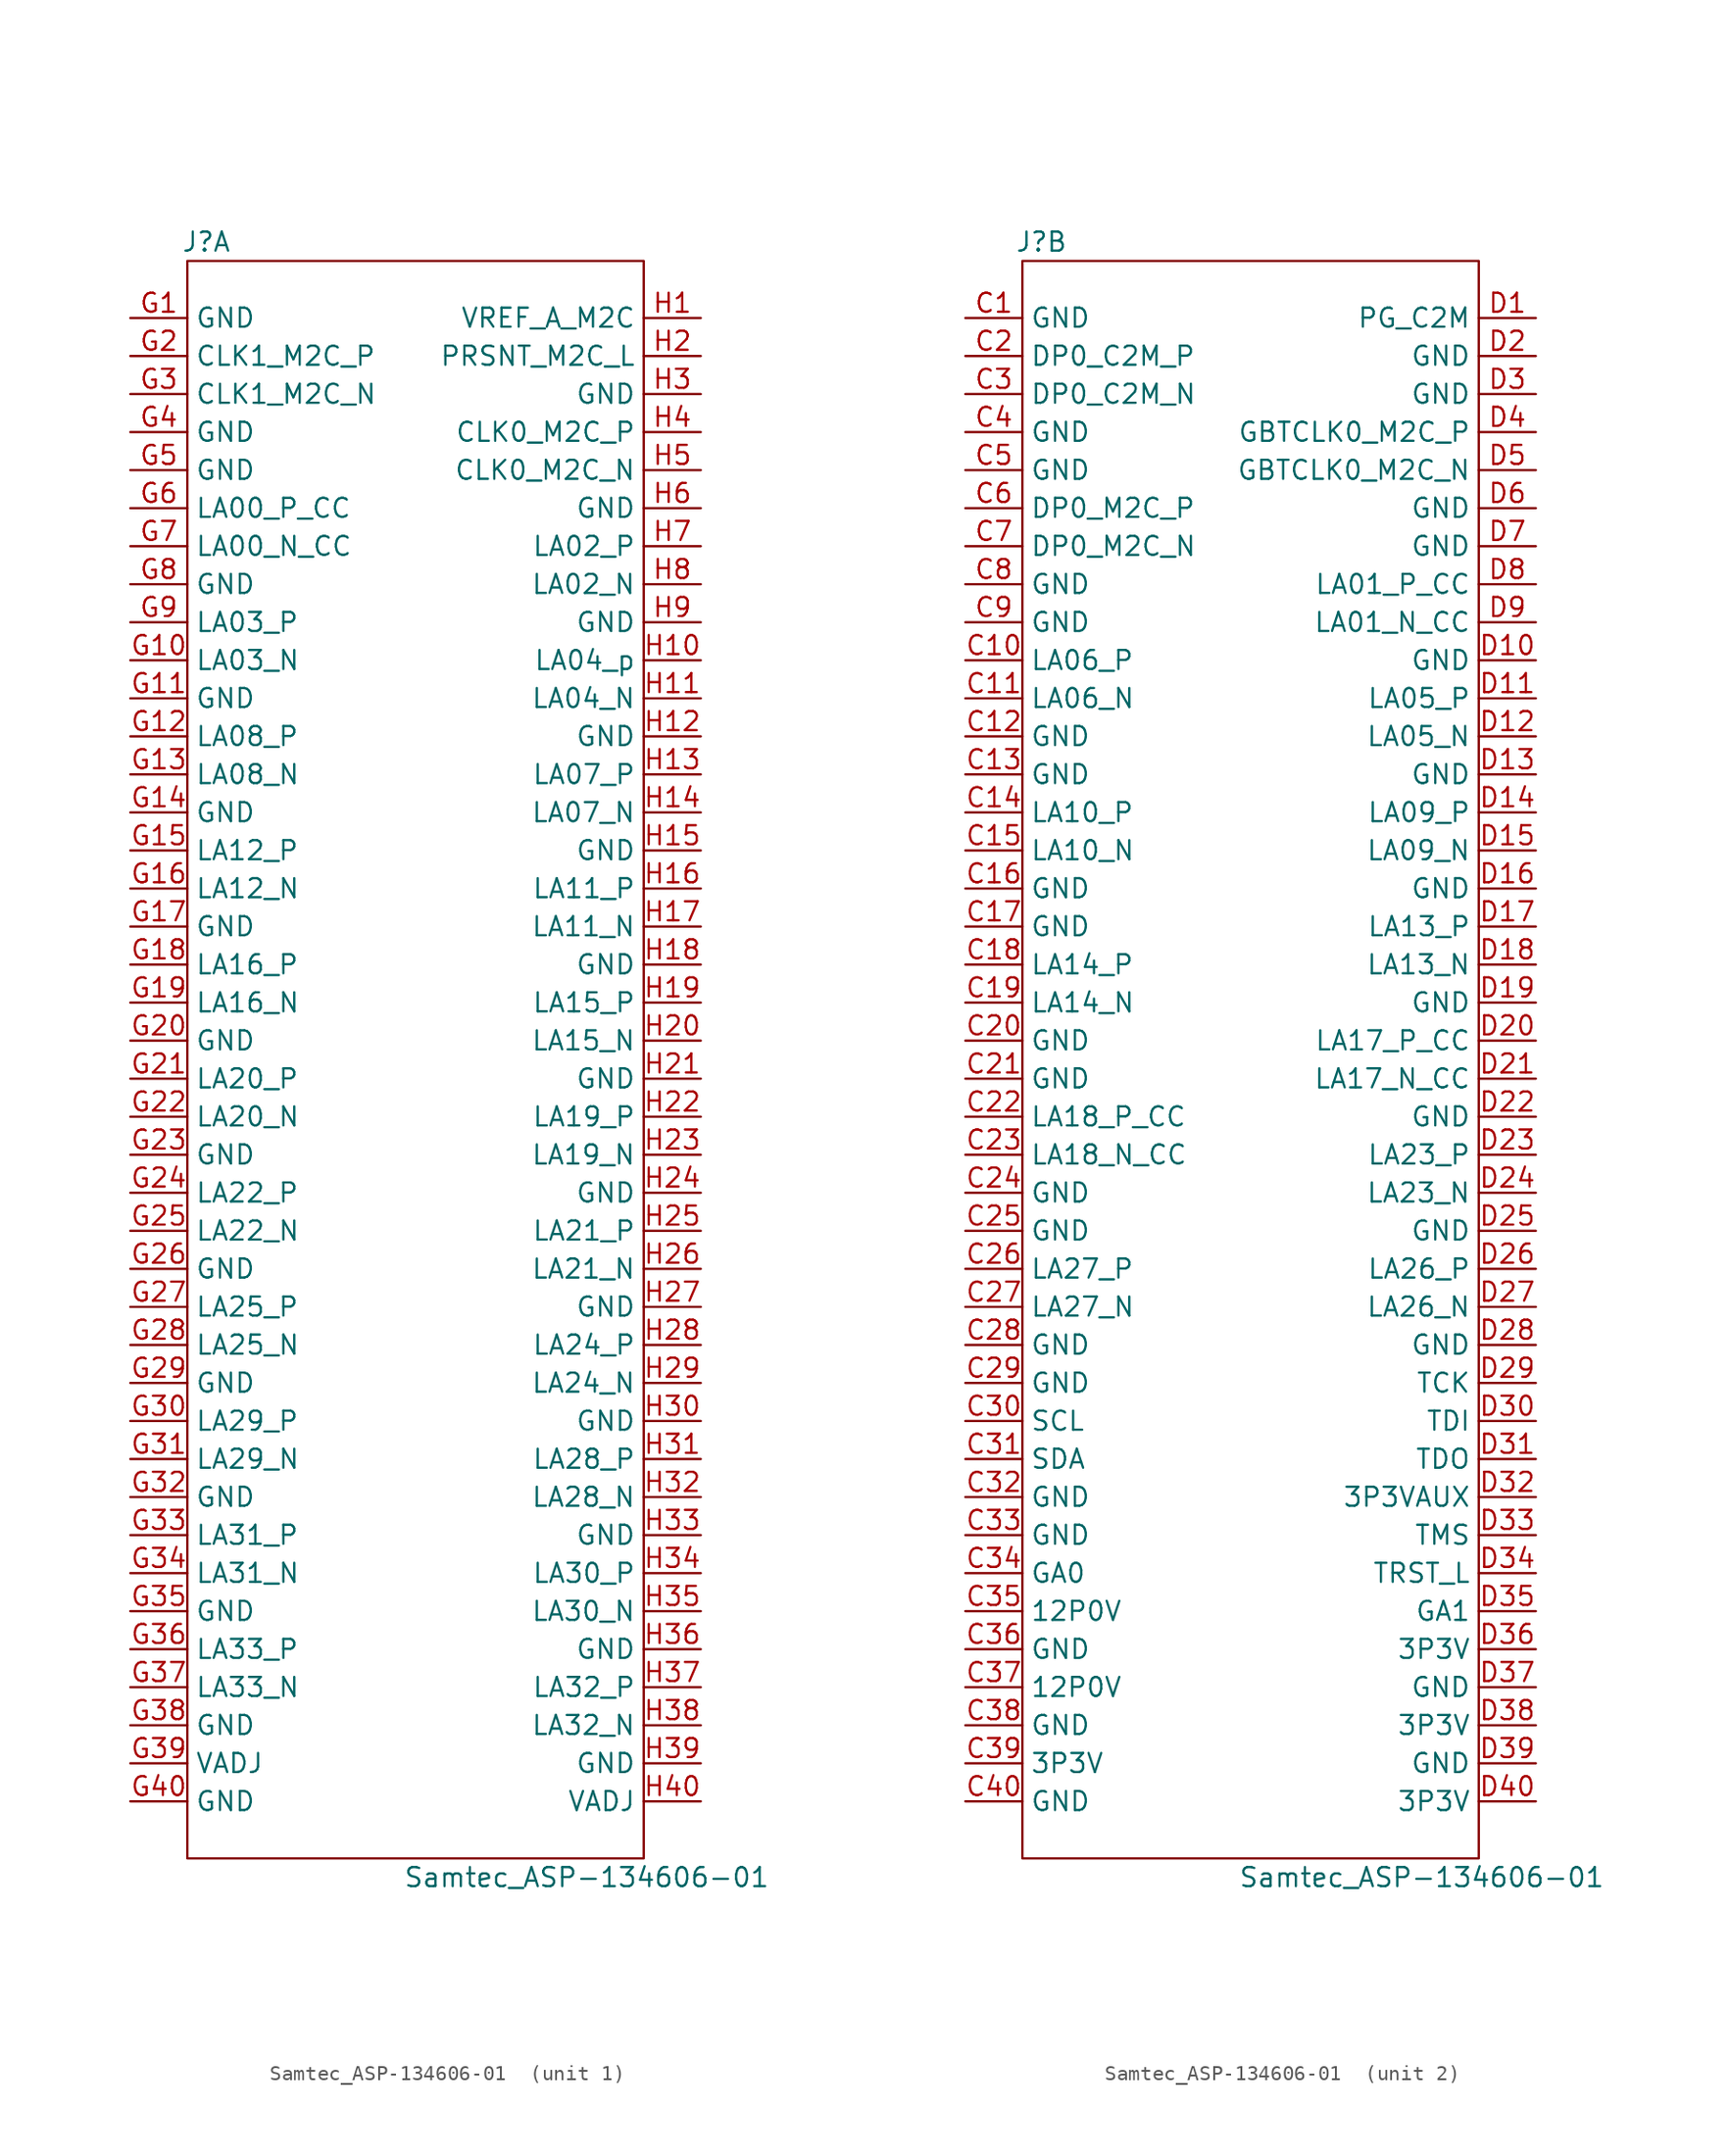
<source format=kicad_sym>
(kicad_symbol_lib
  (version 20211014)
  (generator kicad_symbol_editor)
  (symbol "Samtec_ASP-134606-01 "
    (property "Reference" "J"
      (at -13.97 54.61 0)
      (effects (font (size 1.27 1.27))))
    (property "Value" "Samtec_ASP-134606-01 "
      (at 11.43 -54.61 0)
      (effects (font (size 1.27 1.27))))
    (property "ki_locked" ""
      (at 0 0 0)
      (effects (font (size 1.27 1.27))))
    (symbol "Samtec_ASP-134606-01 _0_1"
      (rectangle (start -15.24 53.34) (end 15.24 -53.34) (stroke (width 0) (type default) (color 0 0 0 0)) (fill (type none))))
    (symbol "Samtec_ASP-134606-01 _1_1"
      (pin passive line (at -19.05 49.53 0) (length 3.81) (name "GND" (effects (font (size 1.27 1.27)))) (number "G1" (effects (font (size 1.27 1.27)))))
      (pin passive line (at -19.05 26.67 0) (length 3.81) (name "LA03_N" (effects (font (size 1.27 1.27)))) (number "G10" (effects (font (size 1.27 1.27)))))
      (pin passive line (at -19.05 24.13 0) (length 3.81) (name "GND" (effects (font (size 1.27 1.27)))) (number "G11" (effects (font (size 1.27 1.27)))))
      (pin passive line (at -19.05 21.59 0) (length 3.81) (name "LA08_P" (effects (font (size 1.27 1.27)))) (number "G12" (effects (font (size 1.27 1.27)))))
      (pin passive line (at -19.05 19.05 0) (length 3.81) (name "LA08_N" (effects (font (size 1.27 1.27)))) (number "G13" (effects (font (size 1.27 1.27)))))
      (pin passive line (at -19.05 16.51 0) (length 3.81) (name "GND" (effects (font (size 1.27 1.27)))) (number "G14" (effects (font (size 1.27 1.27)))))
      (pin passive line (at -19.05 13.97 0) (length 3.81) (name "LA12_P" (effects (font (size 1.27 1.27)))) (number "G15" (effects (font (size 1.27 1.27)))))
      (pin passive line (at -19.05 11.43 0) (length 3.81) (name "LA12_N" (effects (font (size 1.27 1.27)))) (number "G16" (effects (font (size 1.27 1.27)))))
      (pin passive line (at -19.05 8.89 0) (length 3.81) (name "GND" (effects (font (size 1.27 1.27)))) (number "G17" (effects (font (size 1.27 1.27)))))
      (pin passive line (at -19.05 6.35 0) (length 3.81) (name "LA16_P" (effects (font (size 1.27 1.27)))) (number "G18" (effects (font (size 1.27 1.27)))))
      (pin passive line (at -19.05 3.81 0) (length 3.81) (name "LA16_N" (effects (font (size 1.27 1.27)))) (number "G19" (effects (font (size 1.27 1.27)))))
      (pin output line (at -19.05 46.99 0) (length 3.81) (name "CLK1_M2C_P" (effects (font (size 1.27 1.27)))) (number "G2" (effects (font (size 1.27 1.27)))))
      (pin passive line (at -19.05 1.27 0) (length 3.81) (name "GND" (effects (font (size 1.27 1.27)))) (number "G20" (effects (font (size 1.27 1.27)))))
      (pin passive line (at -19.05 -1.27 0) (length 3.81) (name "LA20_P" (effects (font (size 1.27 1.27)))) (number "G21" (effects (font (size 1.27 1.27)))))
      (pin passive line (at -19.05 -3.81 0) (length 3.81) (name "LA20_N" (effects (font (size 1.27 1.27)))) (number "G22" (effects (font (size 1.27 1.27)))))
      (pin passive line (at -19.05 -6.35 0) (length 3.81) (name "GND" (effects (font (size 1.27 1.27)))) (number "G23" (effects (font (size 1.27 1.27)))))
      (pin passive line (at -19.05 -8.89 0) (length 3.81) (name "LA22_P" (effects (font (size 1.27 1.27)))) (number "G24" (effects (font (size 1.27 1.27)))))
      (pin passive line (at -19.05 -11.43 0) (length 3.81) (name "LA22_N" (effects (font (size 1.27 1.27)))) (number "G25" (effects (font (size 1.27 1.27)))))
      (pin passive line (at -19.05 -13.97 0) (length 3.81) (name "GND" (effects (font (size 1.27 1.27)))) (number "G26" (effects (font (size 1.27 1.27)))))
      (pin passive line (at -19.05 -16.51 0) (length 3.81) (name "LA25_P" (effects (font (size 1.27 1.27)))) (number "G27" (effects (font (size 1.27 1.27)))))
      (pin passive line (at -19.05 -19.05 0) (length 3.81) (name "LA25_N" (effects (font (size 1.27 1.27)))) (number "G28" (effects (font (size 1.27 1.27)))))
      (pin passive line (at -19.05 -21.59 0) (length 3.81) (name "GND" (effects (font (size 1.27 1.27)))) (number "G29" (effects (font (size 1.27 1.27)))))
      (pin output line (at -19.05 44.45 0) (length 3.81) (name "CLK1_M2C_N" (effects (font (size 1.27 1.27)))) (number "G3" (effects (font (size 1.27 1.27)))))
      (pin passive line (at -19.05 -24.13 0) (length 3.81) (name "LA29_P" (effects (font (size 1.27 1.27)))) (number "G30" (effects (font (size 1.27 1.27)))))
      (pin passive line (at -19.05 -26.67 0) (length 3.81) (name "LA29_N" (effects (font (size 1.27 1.27)))) (number "G31" (effects (font (size 1.27 1.27)))))
      (pin passive line (at -19.05 -29.21 0) (length 3.81) (name "GND" (effects (font (size 1.27 1.27)))) (number "G32" (effects (font (size 1.27 1.27)))))
      (pin passive line (at -19.05 -31.75 0) (length 3.81) (name "LA31_P" (effects (font (size 1.27 1.27)))) (number "G33" (effects (font (size 1.27 1.27)))))
      (pin passive line (at -19.05 -34.29 0) (length 3.81) (name "LA31_N" (effects (font (size 1.27 1.27)))) (number "G34" (effects (font (size 1.27 1.27)))))
      (pin passive line (at -19.05 -36.83 0) (length 3.81) (name "GND" (effects (font (size 1.27 1.27)))) (number "G35" (effects (font (size 1.27 1.27)))))
      (pin passive line (at -19.05 -39.37 0) (length 3.81) (name "LA33_P" (effects (font (size 1.27 1.27)))) (number "G36" (effects (font (size 1.27 1.27)))))
      (pin passive line (at -19.05 -41.91 0) (length 3.81) (name "LA33_N" (effects (font (size 1.27 1.27)))) (number "G37" (effects (font (size 1.27 1.27)))))
      (pin passive line (at -19.05 -44.45 0) (length 3.81) (name "GND" (effects (font (size 1.27 1.27)))) (number "G38" (effects (font (size 1.27 1.27)))))
      (pin passive line (at -19.05 -46.99 0) (length 3.81) (name "VADJ" (effects (font (size 1.27 1.27)))) (number "G39" (effects (font (size 1.27 1.27)))))
      (pin passive line (at -19.05 41.91 0) (length 3.81) (name "GND" (effects (font (size 1.27 1.27)))) (number "G4" (effects (font (size 1.27 1.27)))))
      (pin passive line (at -19.05 -49.53 0) (length 3.81) (name "GND" (effects (font (size 1.27 1.27)))) (number "G40" (effects (font (size 1.27 1.27)))))
      (pin passive line (at -19.05 39.37 0) (length 3.81) (name "GND" (effects (font (size 1.27 1.27)))) (number "G5" (effects (font (size 1.27 1.27)))))
      (pin passive line (at -19.05 36.83 0) (length 3.81) (name "LA00_P_CC" (effects (font (size 1.27 1.27)))) (number "G6" (effects (font (size 1.27 1.27)))))
      (pin passive line (at -19.05 34.29 0) (length 3.81) (name "LA00_N_CC" (effects (font (size 1.27 1.27)))) (number "G7" (effects (font (size 1.27 1.27)))))
      (pin passive line (at -19.05 31.75 0) (length 3.81) (name "GND" (effects (font (size 1.27 1.27)))) (number "G8" (effects (font (size 1.27 1.27)))))
      (pin passive line (at -19.05 29.21 0) (length 3.81) (name "LA03_P" (effects (font (size 1.27 1.27)))) (number "G9" (effects (font (size 1.27 1.27)))))
      (pin passive line (at 19.05 49.53 180) (length 3.81) (name "VREF_A_M2C" (effects (font (size 1.27 1.27)))) (number "H1" (effects (font (size 1.27 1.27)))))
      (pin passive line (at 19.05 26.67 180) (length 3.81) (name "LA04_p" (effects (font (size 1.27 1.27)))) (number "H10" (effects (font (size 1.27 1.27)))))
      (pin passive line (at 19.05 24.13 180) (length 3.81) (name "LA04_N" (effects (font (size 1.27 1.27)))) (number "H11" (effects (font (size 1.27 1.27)))))
      (pin passive line (at 19.05 21.59 180) (length 3.81) (name "GND" (effects (font (size 1.27 1.27)))) (number "H12" (effects (font (size 1.27 1.27)))))
      (pin passive line (at 19.05 19.05 180) (length 3.81) (name "LA07_P" (effects (font (size 1.27 1.27)))) (number "H13" (effects (font (size 1.27 1.27)))))
      (pin passive line (at 19.05 16.51 180) (length 3.81) (name "LA07_N" (effects (font (size 1.27 1.27)))) (number "H14" (effects (font (size 1.27 1.27)))))
      (pin passive line (at 19.05 13.97 180) (length 3.81) (name "GND" (effects (font (size 1.27 1.27)))) (number "H15" (effects (font (size 1.27 1.27)))))
      (pin passive line (at 19.05 11.43 180) (length 3.81) (name "LA11_P" (effects (font (size 1.27 1.27)))) (number "H16" (effects (font (size 1.27 1.27)))))
      (pin passive line (at 19.05 8.89 180) (length 3.81) (name "LA11_N" (effects (font (size 1.27 1.27)))) (number "H17" (effects (font (size 1.27 1.27)))))
      (pin passive line (at 19.05 6.35 180) (length 3.81) (name "GND" (effects (font (size 1.27 1.27)))) (number "H18" (effects (font (size 1.27 1.27)))))
      (pin passive line (at 19.05 3.81 180) (length 3.81) (name "LA15_P" (effects (font (size 1.27 1.27)))) (number "H19" (effects (font (size 1.27 1.27)))))
      (pin passive line (at 19.05 46.99 180) (length 3.81) (name "PRSNT_M2C_L" (effects (font (size 1.27 1.27)))) (number "H2" (effects (font (size 1.27 1.27)))))
      (pin passive line (at 19.05 1.27 180) (length 3.81) (name "LA15_N" (effects (font (size 1.27 1.27)))) (number "H20" (effects (font (size 1.27 1.27)))))
      (pin passive line (at 19.05 -1.27 180) (length 3.81) (name "GND" (effects (font (size 1.27 1.27)))) (number "H21" (effects (font (size 1.27 1.27)))))
      (pin passive line (at 19.05 -3.81 180) (length 3.81) (name "LA19_P" (effects (font (size 1.27 1.27)))) (number "H22" (effects (font (size 1.27 1.27)))))
      (pin passive line (at 19.05 -6.35 180) (length 3.81) (name "LA19_N" (effects (font (size 1.27 1.27)))) (number "H23" (effects (font (size 1.27 1.27)))))
      (pin passive line (at 19.05 -8.89 180) (length 3.81) (name "GND" (effects (font (size 1.27 1.27)))) (number "H24" (effects (font (size 1.27 1.27)))))
      (pin passive line (at 19.05 -11.43 180) (length 3.81) (name "LA21_P" (effects (font (size 1.27 1.27)))) (number "H25" (effects (font (size 1.27 1.27)))))
      (pin passive line (at 19.05 -13.97 180) (length 3.81) (name "LA21_N" (effects (font (size 1.27 1.27)))) (number "H26" (effects (font (size 1.27 1.27)))))
      (pin passive line (at 19.05 -16.51 180) (length 3.81) (name "GND" (effects (font (size 1.27 1.27)))) (number "H27" (effects (font (size 1.27 1.27)))))
      (pin passive line (at 19.05 -19.05 180) (length 3.81) (name "LA24_P" (effects (font (size 1.27 1.27)))) (number "H28" (effects (font (size 1.27 1.27)))))
      (pin passive line (at 19.05 -21.59 180) (length 3.81) (name "LA24_N" (effects (font (size 1.27 1.27)))) (number "H29" (effects (font (size 1.27 1.27)))))
      (pin passive line (at 19.05 44.45 180) (length 3.81) (name "GND" (effects (font (size 1.27 1.27)))) (number "H3" (effects (font (size 1.27 1.27)))))
      (pin passive line (at 19.05 -24.13 180) (length 3.81) (name "GND" (effects (font (size 1.27 1.27)))) (number "H30" (effects (font (size 1.27 1.27)))))
      (pin passive line (at 19.05 -26.67 180) (length 3.81) (name "LA28_P" (effects (font (size 1.27 1.27)))) (number "H31" (effects (font (size 1.27 1.27)))))
      (pin passive line (at 19.05 -29.21 180) (length 3.81) (name "LA28_N" (effects (font (size 1.27 1.27)))) (number "H32" (effects (font (size 1.27 1.27)))))
      (pin passive line (at 19.05 -31.75 180) (length 3.81) (name "GND" (effects (font (size 1.27 1.27)))) (number "H33" (effects (font (size 1.27 1.27)))))
      (pin passive line (at 19.05 -34.29 180) (length 3.81) (name "LA30_P" (effects (font (size 1.27 1.27)))) (number "H34" (effects (font (size 1.27 1.27)))))
      (pin passive line (at 19.05 -36.83 180) (length 3.81) (name "LA30_N" (effects (font (size 1.27 1.27)))) (number "H35" (effects (font (size 1.27 1.27)))))
      (pin passive line (at 19.05 -39.37 180) (length 3.81) (name "GND" (effects (font (size 1.27 1.27)))) (number "H36" (effects (font (size 1.27 1.27)))))
      (pin passive line (at 19.05 -41.91 180) (length 3.81) (name "LA32_P" (effects (font (size 1.27 1.27)))) (number "H37" (effects (font (size 1.27 1.27)))))
      (pin passive line (at 19.05 -44.45 180) (length 3.81) (name "LA32_N" (effects (font (size 1.27 1.27)))) (number "H38" (effects (font (size 1.27 1.27)))))
      (pin passive line (at 19.05 -46.99 180) (length 3.81) (name "GND" (effects (font (size 1.27 1.27)))) (number "H39" (effects (font (size 1.27 1.27)))))
      (pin output line (at 19.05 41.91 180) (length 3.81) (name "CLK0_M2C_P" (effects (font (size 1.27 1.27)))) (number "H4" (effects (font (size 1.27 1.27)))))
      (pin passive line (at 19.05 -49.53 180) (length 3.81) (name "VADJ" (effects (font (size 1.27 1.27)))) (number "H40" (effects (font (size 1.27 1.27)))))
      (pin output line (at 19.05 39.37 180) (length 3.81) (name "CLK0_M2C_N" (effects (font (size 1.27 1.27)))) (number "H5" (effects (font (size 1.27 1.27)))))
      (pin passive line (at 19.05 36.83 180) (length 3.81) (name "GND" (effects (font (size 1.27 1.27)))) (number "H6" (effects (font (size 1.27 1.27)))))
      (pin passive line (at 19.05 34.29 180) (length 3.81) (name "LA02_P" (effects (font (size 1.27 1.27)))) (number "H7" (effects (font (size 1.27 1.27)))))
      (pin passive line (at 19.05 31.75 180) (length 3.81) (name "LA02_N" (effects (font (size 1.27 1.27)))) (number "H8" (effects (font (size 1.27 1.27)))))
      (pin passive line (at 19.05 29.21 180) (length 3.81) (name "GND" (effects (font (size 1.27 1.27)))) (number "H9" (effects (font (size 1.27 1.27))))))
    (symbol "Samtec_ASP-134606-01 _2_1"
      (pin passive line (at -19.05 49.53 0) (length 3.81) (name "GND" (effects (font (size 1.27 1.27)))) (number "C1" (effects (font (size 1.27 1.27)))))
      (pin passive line (at -19.05 26.67 0) (length 3.81) (name "LA06_P" (effects (font (size 1.27 1.27)))) (number "C10" (effects (font (size 1.27 1.27)))))
      (pin passive line (at -19.05 24.13 0) (length 3.81) (name "LA06_N" (effects (font (size 1.27 1.27)))) (number "C11" (effects (font (size 1.27 1.27)))))
      (pin passive line (at -19.05 21.59 0) (length 3.81) (name "GND" (effects (font (size 1.27 1.27)))) (number "C12" (effects (font (size 1.27 1.27)))))
      (pin passive line (at -19.05 19.05 0) (length 3.81) (name "GND" (effects (font (size 1.27 1.27)))) (number "C13" (effects (font (size 1.27 1.27)))))
      (pin passive line (at -19.05 16.51 0) (length 3.81) (name "LA10_P" (effects (font (size 1.27 1.27)))) (number "C14" (effects (font (size 1.27 1.27)))))
      (pin passive line (at -19.05 13.97 0) (length 3.81) (name "LA10_N" (effects (font (size 1.27 1.27)))) (number "C15" (effects (font (size 1.27 1.27)))))
      (pin passive line (at -19.05 11.43 0) (length 3.81) (name "GND" (effects (font (size 1.27 1.27)))) (number "C16" (effects (font (size 1.27 1.27)))))
      (pin passive line (at -19.05 8.89 0) (length 3.81) (name "GND" (effects (font (size 1.27 1.27)))) (number "C17" (effects (font (size 1.27 1.27)))))
      (pin passive line (at -19.05 6.35 0) (length 3.81) (name "LA14_P" (effects (font (size 1.27 1.27)))) (number "C18" (effects (font (size 1.27 1.27)))))
      (pin passive line (at -19.05 3.81 0) (length 3.81) (name "LA14_N" (effects (font (size 1.27 1.27)))) (number "C19" (effects (font (size 1.27 1.27)))))
      (pin passive line (at -19.05 46.99 0) (length 3.81) (name "DP0_C2M_P" (effects (font (size 1.27 1.27)))) (number "C2" (effects (font (size 1.27 1.27)))))
      (pin passive line (at -19.05 1.27 0) (length 3.81) (name "GND" (effects (font (size 1.27 1.27)))) (number "C20" (effects (font (size 1.27 1.27)))))
      (pin passive line (at -19.05 -1.27 0) (length 3.81) (name "GND" (effects (font (size 1.27 1.27)))) (number "C21" (effects (font (size 1.27 1.27)))))
      (pin passive line (at -19.05 -3.81 0) (length 3.81) (name "LA18_P_CC" (effects (font (size 1.27 1.27)))) (number "C22" (effects (font (size 1.27 1.27)))))
      (pin passive line (at -19.05 -6.35 0) (length 3.81) (name "LA18_N_CC" (effects (font (size 1.27 1.27)))) (number "C23" (effects (font (size 1.27 1.27)))))
      (pin passive line (at -19.05 -8.89 0) (length 3.81) (name "GND" (effects (font (size 1.27 1.27)))) (number "C24" (effects (font (size 1.27 1.27)))))
      (pin passive line (at -19.05 -11.43 0) (length 3.81) (name "GND" (effects (font (size 1.27 1.27)))) (number "C25" (effects (font (size 1.27 1.27)))))
      (pin passive line (at -19.05 -13.97 0) (length 3.81) (name "LA27_P" (effects (font (size 1.27 1.27)))) (number "C26" (effects (font (size 1.27 1.27)))))
      (pin passive line (at -19.05 -16.51 0) (length 3.81) (name "LA27_N" (effects (font (size 1.27 1.27)))) (number "C27" (effects (font (size 1.27 1.27)))))
      (pin passive line (at -19.05 -19.05 0) (length 3.81) (name "GND" (effects (font (size 1.27 1.27)))) (number "C28" (effects (font (size 1.27 1.27)))))
      (pin passive line (at -19.05 -21.59 0) (length 3.81) (name "GND" (effects (font (size 1.27 1.27)))) (number "C29" (effects (font (size 1.27 1.27)))))
      (pin passive line (at -19.05 44.45 0) (length 3.81) (name "DP0_C2M_N" (effects (font (size 1.27 1.27)))) (number "C3" (effects (font (size 1.27 1.27)))))
      (pin passive line (at -19.05 -24.13 0) (length 3.81) (name "SCL" (effects (font (size 1.27 1.27)))) (number "C30" (effects (font (size 1.27 1.27)))))
      (pin passive line (at -19.05 -26.67 0) (length 3.81) (name "SDA" (effects (font (size 1.27 1.27)))) (number "C31" (effects (font (size 1.27 1.27)))))
      (pin passive line (at -19.05 -29.21 0) (length 3.81) (name "GND" (effects (font (size 1.27 1.27)))) (number "C32" (effects (font (size 1.27 1.27)))))
      (pin passive line (at -19.05 -31.75 0) (length 3.81) (name "GND" (effects (font (size 1.27 1.27)))) (number "C33" (effects (font (size 1.27 1.27)))))
      (pin passive line (at -19.05 -34.29 0) (length 3.81) (name "GA0" (effects (font (size 1.27 1.27)))) (number "C34" (effects (font (size 1.27 1.27)))))
      (pin passive line (at -19.05 -36.83 0) (length 3.81) (name "12P0V" (effects (font (size 1.27 1.27)))) (number "C35" (effects (font (size 1.27 1.27)))))
      (pin passive line (at -19.05 -39.37 0) (length 3.81) (name "GND" (effects (font (size 1.27 1.27)))) (number "C36" (effects (font (size 1.27 1.27)))))
      (pin passive line (at -19.05 -41.91 0) (length 3.81) (name "12P0V" (effects (font (size 1.27 1.27)))) (number "C37" (effects (font (size 1.27 1.27)))))
      (pin passive line (at -19.05 -44.45 0) (length 3.81) (name "GND" (effects (font (size 1.27 1.27)))) (number "C38" (effects (font (size 1.27 1.27)))))
      (pin passive line (at -19.05 -46.99 0) (length 3.81) (name "3P3V" (effects (font (size 1.27 1.27)))) (number "C39" (effects (font (size 1.27 1.27)))))
      (pin passive line (at -19.05 41.91 0) (length 3.81) (name "GND" (effects (font (size 1.27 1.27)))) (number "C4" (effects (font (size 1.27 1.27)))))
      (pin passive line (at -19.05 -49.53 0) (length 3.81) (name "GND" (effects (font (size 1.27 1.27)))) (number "C40" (effects (font (size 1.27 1.27)))))
      (pin passive line (at -19.05 39.37 0) (length 3.81) (name "GND" (effects (font (size 1.27 1.27)))) (number "C5" (effects (font (size 1.27 1.27)))))
      (pin passive line (at -19.05 36.83 0) (length 3.81) (name "DP0_M2C_P" (effects (font (size 1.27 1.27)))) (number "C6" (effects (font (size 1.27 1.27)))))
      (pin passive line (at -19.05 34.29 0) (length 3.81) (name "DP0_M2C_N" (effects (font (size 1.27 1.27)))) (number "C7" (effects (font (size 1.27 1.27)))))
      (pin passive line (at -19.05 31.75 0) (length 3.81) (name "GND" (effects (font (size 1.27 1.27)))) (number "C8" (effects (font (size 1.27 1.27)))))
      (pin passive line (at -19.05 29.21 0) (length 3.81) (name "GND" (effects (font (size 1.27 1.27)))) (number "C9" (effects (font (size 1.27 1.27)))))
      (pin passive line (at 19.05 49.53 180) (length 3.81) (name "PG_C2M" (effects (font (size 1.27 1.27)))) (number "D1" (effects (font (size 1.27 1.27)))))
      (pin passive line (at 19.05 26.67 180) (length 3.81) (name "GND" (effects (font (size 1.27 1.27)))) (number "D10" (effects (font (size 1.27 1.27)))))
      (pin passive line (at 19.05 24.13 180) (length 3.81) (name "LA05_P" (effects (font (size 1.27 1.27)))) (number "D11" (effects (font (size 1.27 1.27)))))
      (pin passive line (at 19.05 21.59 180) (length 3.81) (name "LA05_N" (effects (font (size 1.27 1.27)))) (number "D12" (effects (font (size 1.27 1.27)))))
      (pin passive line (at 19.05 19.05 180) (length 3.81) (name "GND" (effects (font (size 1.27 1.27)))) (number "D13" (effects (font (size 1.27 1.27)))))
      (pin passive line (at 19.05 16.51 180) (length 3.81) (name "LA09_P" (effects (font (size 1.27 1.27)))) (number "D14" (effects (font (size 1.27 1.27)))))
      (pin passive line (at 19.05 13.97 180) (length 3.81) (name "LA09_N" (effects (font (size 1.27 1.27)))) (number "D15" (effects (font (size 1.27 1.27)))))
      (pin passive line (at 19.05 11.43 180) (length 3.81) (name "GND" (effects (font (size 1.27 1.27)))) (number "D16" (effects (font (size 1.27 1.27)))))
      (pin passive line (at 19.05 8.89 180) (length 3.81) (name "LA13_P" (effects (font (size 1.27 1.27)))) (number "D17" (effects (font (size 1.27 1.27)))))
      (pin passive line (at 19.05 6.35 180) (length 3.81) (name "LA13_N" (effects (font (size 1.27 1.27)))) (number "D18" (effects (font (size 1.27 1.27)))))
      (pin passive line (at 19.05 3.81 180) (length 3.81) (name "GND" (effects (font (size 1.27 1.27)))) (number "D19" (effects (font (size 1.27 1.27)))))
      (pin passive line (at 19.05 46.99 180) (length 3.81) (name "GND" (effects (font (size 1.27 1.27)))) (number "D2" (effects (font (size 1.27 1.27)))))
      (pin passive line (at 19.05 1.27 180) (length 3.81) (name "LA17_P_CC" (effects (font (size 1.27 1.27)))) (number "D20" (effects (font (size 1.27 1.27)))))
      (pin passive line (at 19.05 -1.27 180) (length 3.81) (name "LA17_N_CC" (effects (font (size 1.27 1.27)))) (number "D21" (effects (font (size 1.27 1.27)))))
      (pin passive line (at 19.05 -3.81 180) (length 3.81) (name "GND" (effects (font (size 1.27 1.27)))) (number "D22" (effects (font (size 1.27 1.27)))))
      (pin passive line (at 19.05 -6.35 180) (length 3.81) (name "LA23_P" (effects (font (size 1.27 1.27)))) (number "D23" (effects (font (size 1.27 1.27)))))
      (pin passive line (at 19.05 -8.89 180) (length 3.81) (name "LA23_N" (effects (font (size 1.27 1.27)))) (number "D24" (effects (font (size 1.27 1.27)))))
      (pin passive line (at 19.05 -11.43 180) (length 3.81) (name "GND" (effects (font (size 1.27 1.27)))) (number "D25" (effects (font (size 1.27 1.27)))))
      (pin passive line (at 19.05 -13.97 180) (length 3.81) (name "LA26_P" (effects (font (size 1.27 1.27)))) (number "D26" (effects (font (size 1.27 1.27)))))
      (pin passive line (at 19.05 -16.51 180) (length 3.81) (name "LA26_N" (effects (font (size 1.27 1.27)))) (number "D27" (effects (font (size 1.27 1.27)))))
      (pin passive line (at 19.05 -19.05 180) (length 3.81) (name "GND" (effects (font (size 1.27 1.27)))) (number "D28" (effects (font (size 1.27 1.27)))))
      (pin passive line (at 19.05 -21.59 180) (length 3.81) (name "TCK" (effects (font (size 1.27 1.27)))) (number "D29" (effects (font (size 1.27 1.27)))))
      (pin passive line (at 19.05 44.45 180) (length 3.81) (name "GND" (effects (font (size 1.27 1.27)))) (number "D3" (effects (font (size 1.27 1.27)))))
      (pin passive line (at 19.05 -24.13 180) (length 3.81) (name "TDI" (effects (font (size 1.27 1.27)))) (number "D30" (effects (font (size 1.27 1.27)))))
      (pin passive line (at 19.05 -26.67 180) (length 3.81) (name "TDO" (effects (font (size 1.27 1.27)))) (number "D31" (effects (font (size 1.27 1.27)))))
      (pin passive line (at 19.05 -29.21 180) (length 3.81) (name "3P3VAUX" (effects (font (size 1.27 1.27)))) (number "D32" (effects (font (size 1.27 1.27)))))
      (pin passive line (at 19.05 -31.75 180) (length 3.81) (name "TMS" (effects (font (size 1.27 1.27)))) (number "D33" (effects (font (size 1.27 1.27)))))
      (pin passive line (at 19.05 -34.29 180) (length 3.81) (name "TRST_L" (effects (font (size 1.27 1.27)))) (number "D34" (effects (font (size 1.27 1.27)))))
      (pin passive line (at 19.05 -36.83 180) (length 3.81) (name "GA1" (effects (font (size 1.27 1.27)))) (number "D35" (effects (font (size 1.27 1.27)))))
      (pin passive line (at 19.05 -39.37 180) (length 3.81) (name "3P3V" (effects (font (size 1.27 1.27)))) (number "D36" (effects (font (size 1.27 1.27)))))
      (pin passive line (at 19.05 -41.91 180) (length 3.81) (name "GND" (effects (font (size 1.27 1.27)))) (number "D37" (effects (font (size 1.27 1.27)))))
      (pin passive line (at 19.05 -44.45 180) (length 3.81) (name "3P3V" (effects (font (size 1.27 1.27)))) (number "D38" (effects (font (size 1.27 1.27)))))
      (pin passive line (at 19.05 -46.99 180) (length 3.81) (name "GND" (effects (font (size 1.27 1.27)))) (number "D39" (effects (font (size 1.27 1.27)))))
      (pin passive line (at 19.05 41.91 180) (length 3.81) (name "GBTCLK0_M2C_P" (effects (font (size 1.27 1.27)))) (number "D4" (effects (font (size 1.27 1.27)))))
      (pin passive line (at 19.05 -49.53 180) (length 3.81) (name "3P3V" (effects (font (size 1.27 1.27)))) (number "D40" (effects (font (size 1.27 1.27)))))
      (pin passive line (at 19.05 39.37 180) (length 3.81) (name "GBTCLK0_M2C_N" (effects (font (size 1.27 1.27)))) (number "D5" (effects (font (size 1.27 1.27)))))
      (pin passive line (at 19.05 36.83 180) (length 3.81) (name "GND" (effects (font (size 1.27 1.27)))) (number "D6" (effects (font (size 1.27 1.27)))))
      (pin passive line (at 19.05 34.29 180) (length 3.81) (name "GND" (effects (font (size 1.27 1.27)))) (number "D7" (effects (font (size 1.27 1.27)))))
      (pin passive line (at 19.05 31.75 180) (length 3.81) (name "LA01_P_CC" (effects (font (size 1.27 1.27)))) (number "D8" (effects (font (size 1.27 1.27)))))
      (pin passive line (at 19.05 29.21 180) (length 3.81) (name "LA01_N_CC" (effects (font (size 1.27 1.27)))) (number "D9" (effects (font (size 1.27 1.27))))))))
</source>
